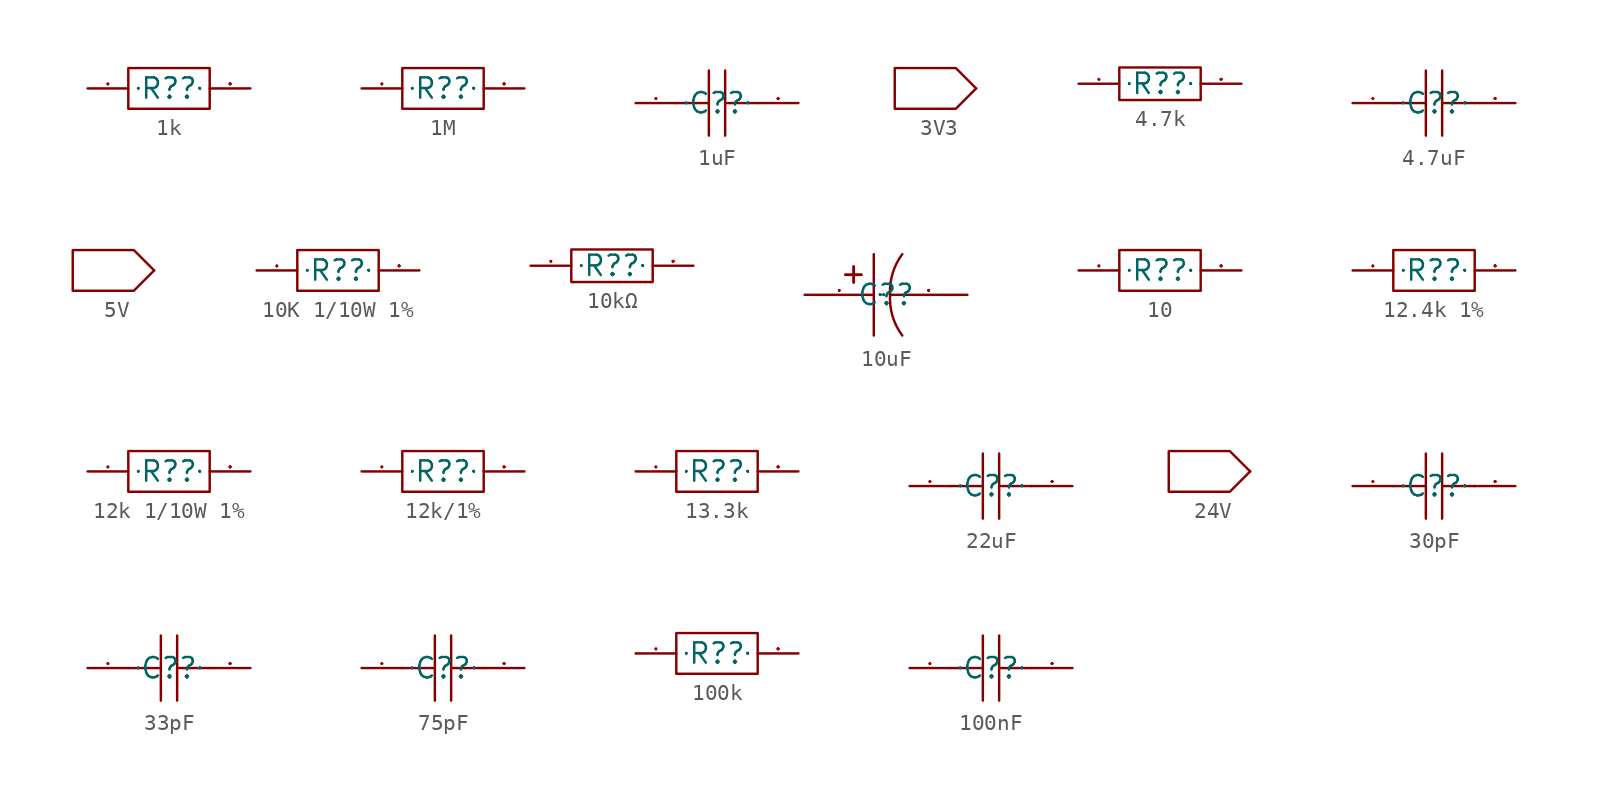
<source format=kicad_sym>
(kicad_symbol_lib
  (version 20231120)
  (generator "kicad_symbol_editor")
  (generator_version "8.0")
  (symbol "1k"
    (property "Reference" "R?"
      (at 0 0 0)
      (effects (font (size 1.27 1.27))))
    (property "Value" ""
      (at 0 0 0)
      (effects (font (size 1.27 1.27))))
    (symbol "1k_1_0"
      (rectangle (start -2.54 -1.27) (end 2.54 1.27) (stroke (width 0) (type default)) (fill (type none)))
      (pin unspecified line (at -5.08 0 0) (length 2.54) (name "1" (effects (font (size 0.025 0.025)))) (number "1" (effects (font (size 0.025 0.025)))))
      (pin unspecified line (at 5.08 0 180) (length 2.54) (name "2" (effects (font (size 0.025 0.025)))) (number "2" (effects (font (size 0.025 0.025)))))))
  (symbol "1M"
    (property "Reference" "R?"
      (at 0 0 0)
      (effects (font (size 1.27 1.27))))
    (property "Value" ""
      (at 0 0 0)
      (effects (font (size 1.27 1.27))))
    (symbol "1M_1_0"
      (rectangle (start -2.54 -1.27) (end 2.54 1.27) (stroke (width 0) (type default)) (fill (type none)))
      (pin unspecified line (at -5.08 0 0) (length 2.54) (name "1" (effects (font (size 0.025 0.025)))) (number "1" (effects (font (size 0.025 0.025)))))
      (pin unspecified line (at 5.08 0 180) (length 2.54) (name "2" (effects (font (size 0.025 0.025)))) (number "2" (effects (font (size 0.025 0.025)))))))
  (symbol "1uF"
    (property "Reference" "C?"
      (at 0 0 0)
      (effects (font (size 1.27 1.27))))
    (property "Value" ""
      (at 0 0 0)
      (effects (font (size 1.27 1.27))))
    (symbol "1uF_1_0"
      (polyline (pts (xy -0.508 0) (xy -2.54 0)) (stroke (width 0) (type default)) (fill (type none)))
      (polyline (pts (xy -0.508 2.032) (xy -0.508 -2.032)) (stroke (width 0) (type default)) (fill (type none)))
      (polyline (pts (xy 0.508 -2.032) (xy 0.508 2.032)) (stroke (width 0) (type default)) (fill (type none)))
      (polyline (pts (xy 2.54 0) (xy 0.508 0)) (stroke (width 0) (type default)) (fill (type none)))
      (pin unspecified line (at -5.08 0 0) (length 2.54) (name "1" (effects (font (size 0.025 0.025)))) (number "1" (effects (font (size 0.025 0.025)))))
      (pin unspecified line (at 5.08 0 180) (length 2.54) (name "2" (effects (font (size 0.025 0.025)))) (number "2" (effects (font (size 0.025 0.025)))))))
  (symbol "3V3"
    (power)
    (pin_numbers hide)
    (pin_names hide)
    (property "Reference" "#PWR"
      (at 0 0 0)
      (effects (font (size 1.27 1.27)) (hide yes)))
    (property "Value" ""
      (at 0 0 0)
      (effects (font (size 1.27 1.27))))
    (symbol "3V3_1_0"
      (polyline (pts (xy 0 0) (xy -1.27 -1.27) (xy -1.27 -1.27) (xy -5.08 -1.27) (xy -5.08 -1.27) (xy -5.08 1.27) (xy -5.08 1.27) (xy -1.27 1.27) (xy -1.27 1.27) (xy 0 0)) (stroke (width 0) (type default)) (fill (type none)))
      (pin input line (at 0 0 0) (length 0) (name "" (effects (font (size 0.025 0.025)))) (number "1" (effects (font (size 0 0)))))))
  (symbol "4.7k"
    (property "Reference" "R?"
      (at 0 0 0)
      (effects (font (size 1.27 1.27))))
    (property "Value" ""
      (at 0 0 0)
      (effects (font (size 1.27 1.27))))
    (symbol "4.7k_1_0"
      (rectangle (start -2.54 -1.016) (end 2.54 1.016) (stroke (width 0) (type default)) (fill (type none)))
      (pin input line (at -5.08 0 0) (length 2.54) (name "1" (effects (font (size 0.025 0.025)))) (number "1" (effects (font (size 0.025 0.025)))))
      (pin input line (at 5.08 0 180) (length 2.54) (name "2" (effects (font (size 0.025 0.025)))) (number "2" (effects (font (size 0.025 0.025)))))))
  (symbol "4.7uF"
    (property "Reference" "C?"
      (at 0 0 0)
      (effects (font (size 1.27 1.27))))
    (property "Value" ""
      (at 0 0 0)
      (effects (font (size 1.27 1.27))))
    (symbol "4.7uF_1_0"
      (polyline (pts (xy -0.508 -2.032) (xy -0.508 2.032)) (stroke (width 0) (type default)) (fill (type none)))
      (polyline (pts (xy -0.508 0) (xy -2.54 0)) (stroke (width 0) (type default)) (fill (type none)))
      (polyline (pts (xy 0.508 2.032) (xy 0.508 -2.032)) (stroke (width 0) (type default)) (fill (type none)))
      (polyline (pts (xy 2.54 0) (xy 0.508 0)) (stroke (width 0) (type default)) (fill (type none)))
      (pin unspecified line (at -5.08 0 0) (length 2.54) (name "1" (effects (font (size 0.025 0.025)))) (number "1" (effects (font (size 0.025 0.025)))))
      (pin unspecified line (at 5.08 0 180) (length 2.54) (name "2" (effects (font (size 0.025 0.025)))) (number "2" (effects (font (size 0.025 0.025)))))))
  (symbol "5V"
    (power)
    (pin_numbers hide)
    (pin_names hide)
    (property "Reference" "#PWR"
      (at 0 0 0)
      (effects (font (size 1.27 1.27)) (hide yes)))
    (property "Value" ""
      (at 0 0 0)
      (effects (font (size 1.27 1.27))))
    (symbol "5V_1_0"
      (polyline (pts (xy 0 0) (xy -1.27 -1.27) (xy -1.27 -1.27) (xy -5.08 -1.27) (xy -5.08 -1.27) (xy -5.08 1.27) (xy -5.08 1.27) (xy -1.27 1.27) (xy -1.27 1.27) (xy 0 0)) (stroke (width 0) (type default)) (fill (type none)))
      (pin input line (at 0 0 0) (length 0) (name "" (effects (font (size 0.025 0.025)))) (number "1" (effects (font (size 0 0)))))))
  (symbol "10K 1/10W 1%"
    (property "Reference" "R?"
      (at 0 0 0)
      (effects (font (size 1.27 1.27))))
    (property "Value" ""
      (at 0 0 0)
      (effects (font (size 1.27 1.27))))
    (symbol "10K 1/10W 1%_1_0"
      (rectangle (start -2.54 -1.27) (end 2.54 1.27) (stroke (width 0) (type default)) (fill (type none)))
      (pin unspecified line (at -5.08 0 0) (length 2.54) (name "1" (effects (font (size 0.025 0.025)))) (number "1" (effects (font (size 0.025 0.025)))))
      (pin unspecified line (at 5.08 0 180) (length 2.54) (name "2" (effects (font (size 0.025 0.025)))) (number "2" (effects (font (size 0.025 0.025)))))))
  (symbol "10kΩ"
    (property "Reference" "R?"
      (at 0 0 0)
      (effects (font (size 1.27 1.27))))
    (property "Value" ""
      (at 0 0 0)
      (effects (font (size 1.27 1.27))))
    (symbol "10kΩ_1_0"
      (rectangle (start -2.54 -1.016) (end 2.54 1.016) (stroke (width 0) (type default)) (fill (type none)))
      (pin input line (at -5.08 0 0) (length 2.54) (name "1" (effects (font (size 0.025 0.025)))) (number "1" (effects (font (size 0.025 0.025)))))
      (pin input line (at 5.08 0 180) (length 2.54) (name "2" (effects (font (size 0.025 0.025)))) (number "2" (effects (font (size 0.025 0.025)))))))
  (symbol "10uF"
    (property "Reference" "C?"
      (at 0 0 0)
      (effects (font (size 1.27 1.27))))
    (property "Value" ""
      (at 0 0 0)
      (effects (font (size 1.27 1.27))))
    (symbol "10uF_1_0"
      (rectangle (start -2.54 1.245) (end -1.524 1.27) (stroke (width 0) (type default)) (fill (type none)))
      (rectangle (start -2.032 0.762) (end -2.007 1.778) (stroke (width 0) (type default)) (fill (type none)))
      (polyline (pts (xy -0.762 2.54) (xy -0.762 -2.54)) (stroke (width 0) (type default)) (fill (type none)))
      (arc (start 0.254 0) (mid 0.4113 -1.3371) (end 1.016 -2.54) (stroke (width 0) (type default)) (fill (type none)))
      (arc (start 1.016 2.54) (mid 0.4113 1.3371) (end 0.254 0) (stroke (width 0) (type default)) (fill (type none)))
      (pin unspecified line (at -5.08 0 0) (length 4.318) (name "1" (effects (font (size 0.025 0.025)))) (number "1" (effects (font (size 0.025 0.025)))))
      (pin unspecified line (at 5.08 0 180) (length 4.826) (name "2" (effects (font (size 0.025 0.025)))) (number "2" (effects (font (size 0.025 0.025)))))))
  (symbol "10"
    (property "Reference" "R?"
      (at 0 0 0)
      (effects (font (size 1.27 1.27))))
    (property "Value" ""
      (at 0 0 0)
      (effects (font (size 1.27 1.27))))
    (symbol "10_1_0"
      (rectangle (start -2.54 -1.27) (end 2.54 1.27) (stroke (width 0) (type default)) (fill (type none)))
      (pin unspecified line (at -5.08 0 0) (length 2.54) (name "1" (effects (font (size 0.025 0.025)))) (number "1" (effects (font (size 0.025 0.025)))))
      (pin unspecified line (at 5.08 0 180) (length 2.54) (name "2" (effects (font (size 0.025 0.025)))) (number "2" (effects (font (size 0.025 0.025)))))))
  (symbol "12.4k 1%"
    (property "Reference" "R?"
      (at 0 0 0)
      (effects (font (size 1.27 1.27))))
    (property "Value" ""
      (at 0 0 0)
      (effects (font (size 1.27 1.27))))
    (symbol "12.4k 1%_1_0"
      (rectangle (start -2.54 -1.27) (end 2.54 1.27) (stroke (width 0) (type default)) (fill (type none)))
      (pin unspecified line (at -5.08 0 0) (length 2.54) (name "1" (effects (font (size 0.025 0.025)))) (number "1" (effects (font (size 0.025 0.025)))))
      (pin unspecified line (at 5.08 0 180) (length 2.54) (name "2" (effects (font (size 0.025 0.025)))) (number "2" (effects (font (size 0.025 0.025)))))))
  (symbol "12k 1/10W 1%"
    (property "Reference" "R?"
      (at 0 0 0)
      (effects (font (size 1.27 1.27))))
    (property "Value" ""
      (at 0 0 0)
      (effects (font (size 1.27 1.27))))
    (symbol "12k 1/10W 1%_1_0"
      (rectangle (start -2.54 -1.27) (end 2.54 1.27) (stroke (width 0) (type default)) (fill (type none)))
      (pin unspecified line (at -5.08 0 0) (length 2.54) (name "1" (effects (font (size 0.025 0.025)))) (number "1" (effects (font (size 0.025 0.025)))))
      (pin unspecified line (at 5.08 0 180) (length 2.54) (name "2" (effects (font (size 0.025 0.025)))) (number "2" (effects (font (size 0.025 0.025)))))))
  (symbol "12k/1%"
    (property "Reference" "R?"
      (at 0 0 0)
      (effects (font (size 1.27 1.27))))
    (property "Value" ""
      (at 0 0 0)
      (effects (font (size 1.27 1.27))))
    (symbol "12k/1%_1_0"
      (rectangle (start -2.54 -1.27) (end 2.54 1.27) (stroke (width 0) (type default)) (fill (type none)))
      (pin unspecified line (at -5.08 0 0) (length 2.54) (name "1" (effects (font (size 0.025 0.025)))) (number "1" (effects (font (size 0.025 0.025)))))
      (pin unspecified line (at 5.08 0 180) (length 2.54) (name "2" (effects (font (size 0.025 0.025)))) (number "2" (effects (font (size 0.025 0.025)))))))
  (symbol "13.3k"
    (property "Reference" "R?"
      (at 0 0 0)
      (effects (font (size 1.27 1.27))))
    (property "Value" ""
      (at 0 0 0)
      (effects (font (size 1.27 1.27))))
    (symbol "13.3k_1_0"
      (rectangle (start -2.54 -1.27) (end 2.54 1.27) (stroke (width 0) (type default)) (fill (type none)))
      (pin unspecified line (at -5.08 0 0) (length 2.54) (name "1" (effects (font (size 0.025 0.025)))) (number "1" (effects (font (size 0.025 0.025)))))
      (pin unspecified line (at 5.08 0 180) (length 2.54) (name "2" (effects (font (size 0.025 0.025)))) (number "2" (effects (font (size 0.025 0.025)))))))
  (symbol "22uF"
    (property "Reference" "C?"
      (at 0 0 0)
      (effects (font (size 1.27 1.27))))
    (property "Value" ""
      (at 0 0 0)
      (effects (font (size 1.27 1.27))))
    (symbol "22uF_1_0"
      (polyline (pts (xy -0.508 -2.032) (xy -0.508 2.032)) (stroke (width 0) (type default)) (fill (type none)))
      (polyline (pts (xy -0.508 0) (xy -2.54 0)) (stroke (width 0) (type default)) (fill (type none)))
      (polyline (pts (xy 0.508 2.032) (xy 0.508 -2.032)) (stroke (width 0) (type default)) (fill (type none)))
      (polyline (pts (xy 2.54 0) (xy 0.508 0)) (stroke (width 0) (type default)) (fill (type none)))
      (pin unspecified line (at -5.08 0 0) (length 2.54) (name "1" (effects (font (size 0.025 0.025)))) (number "1" (effects (font (size 0.025 0.025)))))
      (pin unspecified line (at 5.08 0 180) (length 2.54) (name "2" (effects (font (size 0.025 0.025)))) (number "2" (effects (font (size 0.025 0.025)))))))
  (symbol "24V"
    (power)
    (pin_numbers hide)
    (pin_names hide)
    (property "Reference" "#PWR"
      (at 0 0 0)
      (effects (font (size 1.27 1.27)) (hide yes)))
    (property "Value" ""
      (at 0 0 0)
      (effects (font (size 1.27 1.27))))
    (symbol "24V_1_0"
      (polyline (pts (xy 0 0) (xy -1.27 -1.27) (xy -1.27 -1.27) (xy -5.08 -1.27) (xy -5.08 -1.27) (xy -5.08 1.27) (xy -5.08 1.27) (xy -1.27 1.27) (xy -1.27 1.27) (xy 0 0)) (stroke (width 0) (type default)) (fill (type none)))
      (pin input line (at 0 0 0) (length 0) (name "" (effects (font (size 0.025 0.025)))) (number "1" (effects (font (size 0 0)))))))
  (symbol "30pF"
    (property "Reference" "C?"
      (at 0 0 0)
      (effects (font (size 1.27 1.27))))
    (property "Value" ""
      (at 0 0 0)
      (effects (font (size 1.27 1.27))))
    (symbol "30pF_1_0"
      (polyline (pts (xy -0.508 -2.032) (xy -0.508 2.032)) (stroke (width 0) (type default)) (fill (type none)))
      (polyline (pts (xy -0.508 0) (xy -2.54 0)) (stroke (width 0) (type default)) (fill (type none)))
      (polyline (pts (xy 0.508 2.032) (xy 0.508 -2.032)) (stroke (width 0) (type default)) (fill (type none)))
      (polyline (pts (xy 2.54 0) (xy 0.508 0)) (stroke (width 0) (type default)) (fill (type none)))
      (pin unspecified line (at -5.08 0 0) (length 2.54) (name "1" (effects (font (size 0.025 0.025)))) (number "1" (effects (font (size 0.025 0.025)))))
      (pin unspecified line (at 5.08 0 180) (length 2.54) (name "2" (effects (font (size 0.025 0.025)))) (number "2" (effects (font (size 0.025 0.025)))))))
  (symbol "33pF"
    (property "Reference" "C?"
      (at 0 0 0)
      (effects (font (size 1.27 1.27))))
    (property "Value" ""
      (at 0 0 0)
      (effects (font (size 1.27 1.27))))
    (symbol "33pF_1_0"
      (polyline (pts (xy -0.508 -2.032) (xy -0.508 2.032)) (stroke (width 0) (type default)) (fill (type none)))
      (polyline (pts (xy -0.508 0) (xy -2.54 0)) (stroke (width 0) (type default)) (fill (type none)))
      (polyline (pts (xy 0.508 2.032) (xy 0.508 -2.032)) (stroke (width 0) (type default)) (fill (type none)))
      (polyline (pts (xy 2.54 0) (xy 0.508 0)) (stroke (width 0) (type default)) (fill (type none)))
      (pin unspecified line (at -5.08 0 0) (length 2.54) (name "1" (effects (font (size 0.025 0.025)))) (number "1" (effects (font (size 0.025 0.025)))))
      (pin unspecified line (at 5.08 0 180) (length 2.54) (name "2" (effects (font (size 0.025 0.025)))) (number "2" (effects (font (size 0.025 0.025)))))))
  (symbol "75pF"
    (property "Reference" "C?"
      (at 0 0 0)
      (effects (font (size 1.27 1.27))))
    (property "Value" ""
      (at 0 0 0)
      (effects (font (size 1.27 1.27))))
    (symbol "75pF_1_0"
      (polyline (pts (xy -0.508 -2.032) (xy -0.508 2.032)) (stroke (width 0) (type default)) (fill (type none)))
      (polyline (pts (xy -0.508 0) (xy -2.54 0)) (stroke (width 0) (type default)) (fill (type none)))
      (polyline (pts (xy 0.508 2.032) (xy 0.508 -2.032)) (stroke (width 0) (type default)) (fill (type none)))
      (polyline (pts (xy 2.54 0) (xy 0.508 0)) (stroke (width 0) (type default)) (fill (type none)))
      (pin unspecified line (at -5.08 0 0) (length 2.54) (name "1" (effects (font (size 0.025 0.025)))) (number "1" (effects (font (size 0.025 0.025)))))
      (pin unspecified line (at 5.08 0 180) (length 2.54) (name "2" (effects (font (size 0.025 0.025)))) (number "2" (effects (font (size 0.025 0.025)))))))
  (symbol "100k"
    (property "Reference" "R?"
      (at 0 0 0)
      (effects (font (size 1.27 1.27))))
    (property "Value" ""
      (at 0 0 0)
      (effects (font (size 1.27 1.27))))
    (symbol "100k_1_0"
      (rectangle (start -2.54 -1.27) (end 2.54 1.27) (stroke (width 0) (type default)) (fill (type none)))
      (pin unspecified line (at -5.08 0 0) (length 2.54) (name "1" (effects (font (size 0.025 0.025)))) (number "1" (effects (font (size 0.025 0.025)))))
      (pin unspecified line (at 5.08 0 180) (length 2.54) (name "2" (effects (font (size 0.025 0.025)))) (number "2" (effects (font (size 0.025 0.025)))))))
  (symbol "100nF"
    (property "Reference" "C?"
      (at 0 0 0)
      (effects (font (size 1.27 1.27))))
    (property "Value" ""
      (at 0 0 0)
      (effects (font (size 1.27 1.27))))
    (symbol "100nF_1_0"
      (polyline (pts (xy -0.508 -2.032) (xy -0.508 2.032)) (stroke (width 0) (type default)) (fill (type none)))
      (polyline (pts (xy -0.508 0) (xy -2.54 0)) (stroke (width 0) (type default)) (fill (type none)))
      (polyline (pts (xy 0.508 2.032) (xy 0.508 -2.032)) (stroke (width 0) (type default)) (fill (type none)))
      (polyline (pts (xy 2.54 0) (xy 0.508 0)) (stroke (width 0) (type default)) (fill (type none)))
      (pin unspecified line (at -5.08 0 0) (length 2.54) (name "1" (effects (font (size 0.025 0.025)))) (number "1" (effects (font (size 0.025 0.025)))))
      (pin unspecified line (at 5.08 0 180) (length 2.54) (name "2" (effects (font (size 0.025 0.025)))) (number "2" (effects (font (size 0.025 0.025))))))))
</source>
